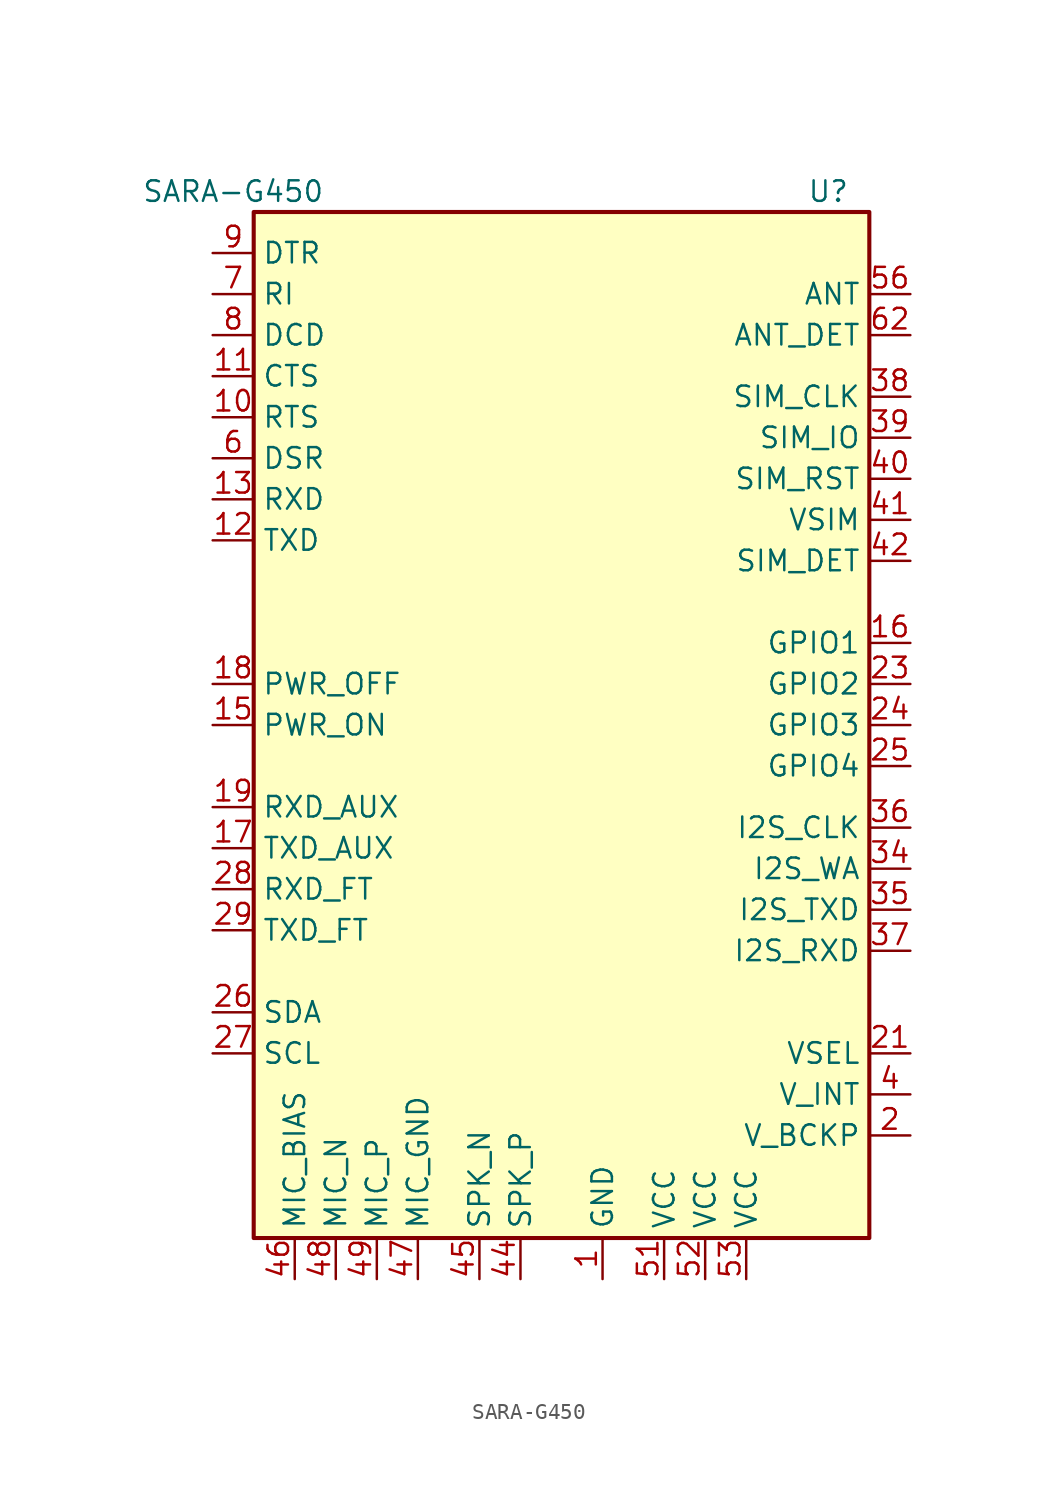
<source format=kicad_sym>
(kicad_symbol_lib
  (version 20211014)
  (generator kicad_symbol_editor)
  (symbol "muonpi-kicad-library:SARA-G450"
    (property "Reference" "U"
      (at 17.78 30.48 0)
      (effects (font (size 1.27 1.27))))
    (property "Value" "SARA-G450"
      (at -19.05 30.48 0)
      (effects (font (size 1.27 1.27))))
    (symbol "SARA-G450_0_1"
      (rectangle (start -17.78 29.21) (end 20.32 -34.29) (stroke (width 0.254) (type default) (color 0 0 0 0)) (fill (type background))))
    (symbol "SARA-G450_1_1"
      (pin passive line (at 3.81 -36.83 90) (length 2.54) (name "GND" (effects (font (size 1.27 1.27)))) (number "1" (effects (font (size 1.27 1.27)))))
      (pin input line (at -20.32 16.51 0) (length 2.54) (name "RTS" (effects (font (size 1.27 1.27)))) (number "10" (effects (font (size 1.27 1.27)))))
      (pin output line (at -20.32 19.05 0) (length 2.54) (name "CTS" (effects (font (size 1.27 1.27)))) (number "11" (effects (font (size 1.27 1.27)))))
      (pin input line (at -20.32 8.89 0) (length 2.54) (name "TXD" (effects (font (size 1.27 1.27)))) (number "12" (effects (font (size 1.27 1.27)))))
      (pin output line (at -20.32 11.43 0) (length 2.54) (name "RXD" (effects (font (size 1.27 1.27)))) (number "13" (effects (font (size 1.27 1.27)))))
      (pin passive line (at 3.81 -36.83 90) (length 2.54) hide (name "GND" (effects (font (size 1.27 1.27)))) (number "14" (effects (font (size 1.27 1.27)))))
      (pin input line (at -20.32 -2.54 0) (length 2.54) (name "PWR_ON" (effects (font (size 1.27 1.27)))) (number "15" (effects (font (size 1.27 1.27)))))
      (pin bidirectional line (at 22.86 2.54 180) (length 2.54) (name "GPIO1" (effects (font (size 1.27 1.27)))) (number "16" (effects (font (size 1.27 1.27)))))
      (pin input line (at -20.32 -10.16 0) (length 2.54) (name "TXD_AUX" (effects (font (size 1.27 1.27)))) (number "17" (effects (font (size 1.27 1.27)))))
      (pin input line (at -20.32 0 0) (length 2.54) (name "PWR_OFF" (effects (font (size 1.27 1.27)))) (number "18" (effects (font (size 1.27 1.27)))))
      (pin output line (at -20.32 -7.62 0) (length 2.54) (name "RXD_AUX" (effects (font (size 1.27 1.27)))) (number "19" (effects (font (size 1.27 1.27)))))
      (pin power_out line (at 22.86 -27.94 180) (length 2.54) (name "V_BCKP" (effects (font (size 1.27 1.27)))) (number "2" (effects (font (size 1.27 1.27)))))
      (pin passive line (at 3.81 -36.83 90) (length 2.54) hide (name "GND" (effects (font (size 1.27 1.27)))) (number "20" (effects (font (size 1.27 1.27)))))
      (pin input line (at 22.86 -22.86 180) (length 2.54) (name "VSEL" (effects (font (size 1.27 1.27)))) (number "21" (effects (font (size 1.27 1.27)))))
      (pin passive line (at 3.81 -36.83 90) (length 2.54) hide (name "GND" (effects (font (size 1.27 1.27)))) (number "22" (effects (font (size 1.27 1.27)))))
      (pin bidirectional line (at 22.86 0 180) (length 2.54) (name "GPIO2" (effects (font (size 1.27 1.27)))) (number "23" (effects (font (size 1.27 1.27)))))
      (pin bidirectional line (at 22.86 -2.54 180) (length 2.54) (name "GPIO3" (effects (font (size 1.27 1.27)))) (number "24" (effects (font (size 1.27 1.27)))))
      (pin bidirectional line (at 22.86 -5.08 180) (length 2.54) (name "GPIO4" (effects (font (size 1.27 1.27)))) (number "25" (effects (font (size 1.27 1.27)))))
      (pin bidirectional line (at -20.32 -20.32 0) (length 2.54) (name "SDA" (effects (font (size 1.27 1.27)))) (number "26" (effects (font (size 1.27 1.27)))))
      (pin output line (at -20.32 -22.86 0) (length 2.54) (name "SCL" (effects (font (size 1.27 1.27)))) (number "27" (effects (font (size 1.27 1.27)))))
      (pin output line (at -20.32 -12.7 0) (length 2.54) (name "RXD_FT" (effects (font (size 1.27 1.27)))) (number "28" (effects (font (size 1.27 1.27)))))
      (pin input line (at -20.32 -15.24 0) (length 2.54) (name "TXD_FT" (effects (font (size 1.27 1.27)))) (number "29" (effects (font (size 1.27 1.27)))))
      (pin passive line (at 3.81 -36.83 90) (length 2.54) hide (name "GND" (effects (font (size 1.27 1.27)))) (number "3" (effects (font (size 1.27 1.27)))))
      (pin passive line (at 3.81 -36.83 90) (length 2.54) hide (name "GND" (effects (font (size 1.27 1.27)))) (number "30" (effects (font (size 1.27 1.27)))))
      (pin no_connect line (at -17.78 5.08 0) (length 2.54) hide (name "RSVD" (effects (font (size 1.27 1.27)))) (number "31" (effects (font (size 1.27 1.27)))))
      (pin passive line (at 3.81 -36.83 90) (length 2.54) hide (name "GND" (effects (font (size 1.27 1.27)))) (number "32" (effects (font (size 1.27 1.27)))))
      (pin no_connect line (at -17.78 2.54 0) (length 2.54) hide (name "RSVD" (effects (font (size 1.27 1.27)))) (number "33" (effects (font (size 1.27 1.27)))))
      (pin output line (at 22.86 -11.43 180) (length 2.54) (name "I2S_WA" (effects (font (size 1.27 1.27)))) (number "34" (effects (font (size 1.27 1.27)))))
      (pin output line (at 22.86 -13.97 180) (length 2.54) (name "I2S_TXD" (effects (font (size 1.27 1.27)))) (number "35" (effects (font (size 1.27 1.27)))))
      (pin output line (at 22.86 -8.89 180) (length 2.54) (name "I2S_CLK" (effects (font (size 1.27 1.27)))) (number "36" (effects (font (size 1.27 1.27)))))
      (pin input line (at 22.86 -16.51 180) (length 2.54) (name "I2S_RXD" (effects (font (size 1.27 1.27)))) (number "37" (effects (font (size 1.27 1.27)))))
      (pin output line (at 22.86 17.78 180) (length 2.54) (name "SIM_CLK" (effects (font (size 1.27 1.27)))) (number "38" (effects (font (size 1.27 1.27)))))
      (pin bidirectional line (at 22.86 15.24 180) (length 2.54) (name "SIM_IO" (effects (font (size 1.27 1.27)))) (number "39" (effects (font (size 1.27 1.27)))))
      (pin power_out line (at 22.86 -25.4 180) (length 2.54) (name "V_INT" (effects (font (size 1.27 1.27)))) (number "4" (effects (font (size 1.27 1.27)))))
      (pin output line (at 22.86 12.7 180) (length 2.54) (name "SIM_RST" (effects (font (size 1.27 1.27)))) (number "40" (effects (font (size 1.27 1.27)))))
      (pin power_out line (at 22.86 10.16 180) (length 2.54) (name "VSIM" (effects (font (size 1.27 1.27)))) (number "41" (effects (font (size 1.27 1.27)))))
      (pin input line (at 22.86 7.62 180) (length 2.54) (name "SIM_DET" (effects (font (size 1.27 1.27)))) (number "42" (effects (font (size 1.27 1.27)))))
      (pin passive line (at 3.81 -36.83 90) (length 2.54) hide (name "GND" (effects (font (size 1.27 1.27)))) (number "43" (effects (font (size 1.27 1.27)))))
      (pin output line (at -1.27 -36.83 90) (length 2.54) (name "SPK_P" (effects (font (size 1.27 1.27)))) (number "44" (effects (font (size 1.27 1.27)))))
      (pin output line (at -3.81 -36.83 90) (length 2.54) (name "SPK_N" (effects (font (size 1.27 1.27)))) (number "45" (effects (font (size 1.27 1.27)))))
      (pin output line (at -15.24 -36.83 90) (length 2.54) (name "MIC_BIAS" (effects (font (size 1.27 1.27)))) (number "46" (effects (font (size 1.27 1.27)))))
      (pin input line (at -7.62 -36.83 90) (length 2.54) (name "MIC_GND" (effects (font (size 1.27 1.27)))) (number "47" (effects (font (size 1.27 1.27)))))
      (pin input line (at -12.7 -36.83 90) (length 2.54) (name "MIC_N" (effects (font (size 1.27 1.27)))) (number "48" (effects (font (size 1.27 1.27)))))
      (pin input line (at -10.16 -36.83 90) (length 2.54) (name "MIC_P" (effects (font (size 1.27 1.27)))) (number "49" (effects (font (size 1.27 1.27)))))
      (pin passive line (at 3.81 -36.83 90) (length 2.54) hide (name "GND" (effects (font (size 1.27 1.27)))) (number "5" (effects (font (size 1.27 1.27)))))
      (pin passive line (at 3.81 -36.83 90) (length 2.54) hide (name "GND" (effects (font (size 1.27 1.27)))) (number "50" (effects (font (size 1.27 1.27)))))
      (pin power_in line (at 7.62 -36.83 90) (length 2.54) (name "VCC" (effects (font (size 1.27 1.27)))) (number "51" (effects (font (size 1.27 1.27)))))
      (pin power_in line (at 10.16 -36.83 90) (length 2.54) (name "VCC" (effects (font (size 1.27 1.27)))) (number "52" (effects (font (size 1.27 1.27)))))
      (pin power_in line (at 12.7 -36.83 90) (length 2.54) (name "VCC" (effects (font (size 1.27 1.27)))) (number "53" (effects (font (size 1.27 1.27)))))
      (pin passive line (at 3.81 -36.83 90) (length 2.54) hide (name "GND" (effects (font (size 1.27 1.27)))) (number "54" (effects (font (size 1.27 1.27)))))
      (pin passive line (at 3.81 -36.83 90) (length 2.54) hide (name "GND" (effects (font (size 1.27 1.27)))) (number "55" (effects (font (size 1.27 1.27)))))
      (pin bidirectional line (at 22.86 24.13 180) (length 2.54) (name "ANT" (effects (font (size 1.27 1.27)))) (number "56" (effects (font (size 1.27 1.27)))))
      (pin passive line (at 3.81 -36.83 90) (length 2.54) hide (name "GND" (effects (font (size 1.27 1.27)))) (number "57" (effects (font (size 1.27 1.27)))))
      (pin passive line (at 3.81 -36.83 90) (length 2.54) hide (name "GND" (effects (font (size 1.27 1.27)))) (number "58" (effects (font (size 1.27 1.27)))))
      (pin passive line (at 3.81 -36.83 90) (length 2.54) hide (name "GND" (effects (font (size 1.27 1.27)))) (number "59" (effects (font (size 1.27 1.27)))))
      (pin output line (at -20.32 13.97 0) (length 2.54) (name "DSR" (effects (font (size 1.27 1.27)))) (number "6" (effects (font (size 1.27 1.27)))))
      (pin passive line (at 3.81 -36.83 90) (length 2.54) hide (name "GND" (effects (font (size 1.27 1.27)))) (number "60" (effects (font (size 1.27 1.27)))))
      (pin passive line (at 3.81 -36.83 90) (length 2.54) hide (name "GND" (effects (font (size 1.27 1.27)))) (number "61" (effects (font (size 1.27 1.27)))))
      (pin input line (at 22.86 21.59 180) (length 2.54) (name "ANT_DET" (effects (font (size 1.27 1.27)))) (number "62" (effects (font (size 1.27 1.27)))))
      (pin passive line (at 3.81 -36.83 90) (length 2.54) hide (name "GND" (effects (font (size 1.27 1.27)))) (number "63" (effects (font (size 1.27 1.27)))))
      (pin passive line (at 3.81 -36.83 90) (length 2.54) hide (name "GND" (effects (font (size 1.27 1.27)))) (number "64" (effects (font (size 1.27 1.27)))))
      (pin passive line (at 3.81 -36.83 90) (length 2.54) hide (name "GND" (effects (font (size 1.27 1.27)))) (number "65" (effects (font (size 1.27 1.27)))))
      (pin passive line (at 3.81 -36.83 90) (length 2.54) hide (name "GND" (effects (font (size 1.27 1.27)))) (number "66" (effects (font (size 1.27 1.27)))))
      (pin passive line (at 3.81 -36.83 90) (length 2.54) hide (name "GND" (effects (font (size 1.27 1.27)))) (number "67" (effects (font (size 1.27 1.27)))))
      (pin passive line (at 3.81 -36.83 90) (length 2.54) hide (name "GND" (effects (font (size 1.27 1.27)))) (number "68" (effects (font (size 1.27 1.27)))))
      (pin passive line (at 3.81 -36.83 90) (length 2.54) hide (name "GND" (effects (font (size 1.27 1.27)))) (number "69" (effects (font (size 1.27 1.27)))))
      (pin output line (at -20.32 24.13 0) (length 2.54) (name "RI" (effects (font (size 1.27 1.27)))) (number "7" (effects (font (size 1.27 1.27)))))
      (pin passive line (at 3.81 -36.83 90) (length 2.54) hide (name "GND" (effects (font (size 1.27 1.27)))) (number "70" (effects (font (size 1.27 1.27)))))
      (pin passive line (at 3.81 -36.83 90) (length 2.54) hide (name "GND" (effects (font (size 1.27 1.27)))) (number "71" (effects (font (size 1.27 1.27)))))
      (pin passive line (at 3.81 -36.83 90) (length 2.54) hide (name "GND" (effects (font (size 1.27 1.27)))) (number "72" (effects (font (size 1.27 1.27)))))
      (pin passive line (at 3.81 -36.83 90) (length 2.54) hide (name "GND" (effects (font (size 1.27 1.27)))) (number "73" (effects (font (size 1.27 1.27)))))
      (pin passive line (at 3.81 -36.83 90) (length 2.54) hide (name "GND" (effects (font (size 1.27 1.27)))) (number "74" (effects (font (size 1.27 1.27)))))
      (pin passive line (at 3.81 -36.83 90) (length 2.54) hide (name "GND" (effects (font (size 1.27 1.27)))) (number "75" (effects (font (size 1.27 1.27)))))
      (pin passive line (at 3.81 -36.83 90) (length 2.54) hide (name "GND" (effects (font (size 1.27 1.27)))) (number "76" (effects (font (size 1.27 1.27)))))
      (pin passive line (at 3.81 -36.83 90) (length 2.54) hide (name "GND" (effects (font (size 1.27 1.27)))) (number "77" (effects (font (size 1.27 1.27)))))
      (pin passive line (at 3.81 -36.83 90) (length 2.54) hide (name "GND" (effects (font (size 1.27 1.27)))) (number "78" (effects (font (size 1.27 1.27)))))
      (pin passive line (at 3.81 -36.83 90) (length 2.54) hide (name "GND" (effects (font (size 1.27 1.27)))) (number "79" (effects (font (size 1.27 1.27)))))
      (pin output line (at -20.32 21.59 0) (length 2.54) (name "DCD" (effects (font (size 1.27 1.27)))) (number "8" (effects (font (size 1.27 1.27)))))
      (pin passive line (at 3.81 -36.83 90) (length 2.54) hide (name "GND" (effects (font (size 1.27 1.27)))) (number "80" (effects (font (size 1.27 1.27)))))
      (pin passive line (at 3.81 -36.83 90) (length 2.54) hide (name "GND" (effects (font (size 1.27 1.27)))) (number "81" (effects (font (size 1.27 1.27)))))
      (pin passive line (at 3.81 -36.83 90) (length 2.54) hide (name "GND" (effects (font (size 1.27 1.27)))) (number "82" (effects (font (size 1.27 1.27)))))
      (pin passive line (at 3.81 -36.83 90) (length 2.54) hide (name "GND" (effects (font (size 1.27 1.27)))) (number "83" (effects (font (size 1.27 1.27)))))
      (pin passive line (at 3.81 -36.83 90) (length 2.54) hide (name "GND" (effects (font (size 1.27 1.27)))) (number "84" (effects (font (size 1.27 1.27)))))
      (pin passive line (at 3.81 -36.83 90) (length 2.54) hide (name "GND" (effects (font (size 1.27 1.27)))) (number "85" (effects (font (size 1.27 1.27)))))
      (pin passive line (at 3.81 -36.83 90) (length 2.54) hide (name "GND" (effects (font (size 1.27 1.27)))) (number "86" (effects (font (size 1.27 1.27)))))
      (pin passive line (at 3.81 -36.83 90) (length 2.54) hide (name "GND" (effects (font (size 1.27 1.27)))) (number "87" (effects (font (size 1.27 1.27)))))
      (pin passive line (at 3.81 -36.83 90) (length 2.54) hide (name "GND" (effects (font (size 1.27 1.27)))) (number "88" (effects (font (size 1.27 1.27)))))
      (pin passive line (at 3.81 -36.83 90) (length 2.54) hide (name "GND" (effects (font (size 1.27 1.27)))) (number "89" (effects (font (size 1.27 1.27)))))
      (pin input line (at -20.32 26.67 0) (length 2.54) (name "DTR" (effects (font (size 1.27 1.27)))) (number "9" (effects (font (size 1.27 1.27)))))
      (pin passive line (at 3.81 -36.83 90) (length 2.54) hide (name "GND" (effects (font (size 1.27 1.27)))) (number "90" (effects (font (size 1.27 1.27)))))
      (pin passive line (at 3.81 -36.83 90) (length 2.54) hide (name "GND" (effects (font (size 1.27 1.27)))) (number "91" (effects (font (size 1.27 1.27)))))
      (pin passive line (at 3.81 -36.83 90) (length 2.54) hide (name "GND" (effects (font (size 1.27 1.27)))) (number "92" (effects (font (size 1.27 1.27)))))
      (pin passive line (at 3.81 -36.83 90) (length 2.54) hide (name "GND" (effects (font (size 1.27 1.27)))) (number "93" (effects (font (size 1.27 1.27)))))
      (pin passive line (at 3.81 -36.83 90) (length 2.54) hide (name "GND" (effects (font (size 1.27 1.27)))) (number "94" (effects (font (size 1.27 1.27)))))
      (pin passive line (at 3.81 -36.83 90) (length 2.54) hide (name "GND" (effects (font (size 1.27 1.27)))) (number "95" (effects (font (size 1.27 1.27)))))
      (pin passive line (at 3.81 -36.83 90) (length 2.54) hide (name "GND" (effects (font (size 1.27 1.27)))) (number "96" (effects (font (size 1.27 1.27))))))))
</source>
